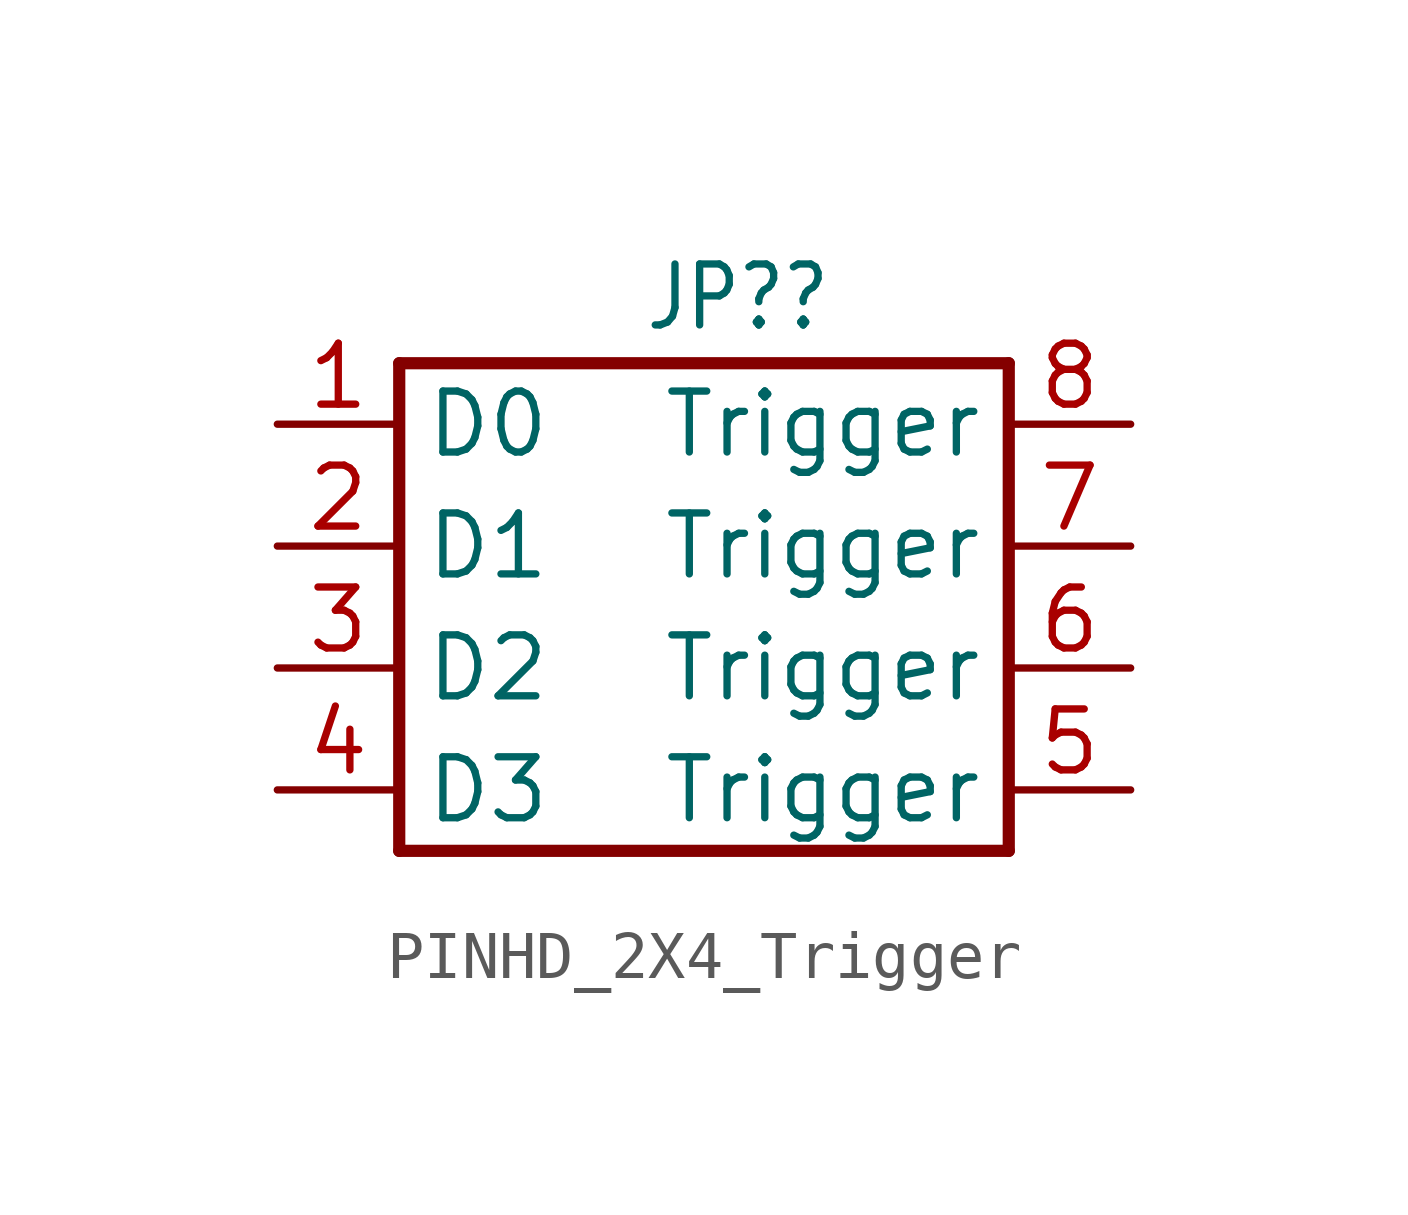
<source format=kicad_sym>
(kicad_symbol_lib
  (version 20211014)
  (generator kicad_symbol_editor)
  (symbol "PINHD_2X4_Trigger"
    (property "Reference" "JP?"
      (at 0 6.985 0)
      (effects (font (size 1.27 1.079)) (justify left bottom)))
    (property "Footprint" ""
      (at 7.62 0 0)
      (effects (font (size 1.27 1.27))))
    (property "ki_locked" ""
      (at 0 0 0)
      (effects (font (size 1.27 1.27))))
    (symbol "PINHD_2X4_Trigger_1_0"
      (polyline (pts (xy -5.08 -3.81) (xy 7.62 -3.81)) (stroke (width 0.254) (type default) (color 0 0 0 0)) (fill (type none)))
      (polyline (pts (xy -5.08 6.35) (xy -5.08 -3.81)) (stroke (width 0.254) (type default) (color 0 0 0 0)) (fill (type none)))
      (polyline (pts (xy 7.62 -3.81) (xy 7.62 6.35)) (stroke (width 0.254) (type default) (color 0 0 0 0)) (fill (type none)))
      (polyline (pts (xy 7.62 6.35) (xy -5.08 6.35)) (stroke (width 0.254) (type default) (color 0 0 0 0)) (fill (type none)))
      (pin free line (at -7.62 5.08 0) (length 2.54) (name "D0" (effects (font (size 1.27 1.27)))) (number "1" (effects (font (size 1.27 1.27)))))
      (pin free line (at -7.62 2.54 0) (length 2.54) (name "D1" (effects (font (size 1.27 1.27)))) (number "2" (effects (font (size 1.27 1.27)))))
      (pin free line (at -7.62 0 0) (length 2.54) (name "D2" (effects (font (size 1.27 1.27)))) (number "3" (effects (font (size 1.27 1.27)))))
      (pin free line (at -7.62 -2.54 0) (length 2.54) (name "D3" (effects (font (size 1.27 1.27)))) (number "4" (effects (font (size 1.27 1.27)))))
      (pin free line (at 10.16 -2.54 180) (length 2.54) (name "Trigger" (effects (font (size 1.27 1.27)))) (number "5" (effects (font (size 1.27 1.27)))))
      (pin free line (at 10.16 0 180) (length 2.54) (name "Trigger" (effects (font (size 1.27 1.27)))) (number "6" (effects (font (size 1.27 1.27)))))
      (pin free line (at 10.16 2.54 180) (length 2.54) (name "Trigger" (effects (font (size 1.27 1.27)))) (number "7" (effects (font (size 1.27 1.27)))))
      (pin free line (at 10.16 5.08 180) (length 2.54) (name "Trigger" (effects (font (size 1.27 1.27)))) (number "8" (effects (font (size 1.27 1.27))))))))
</source>
